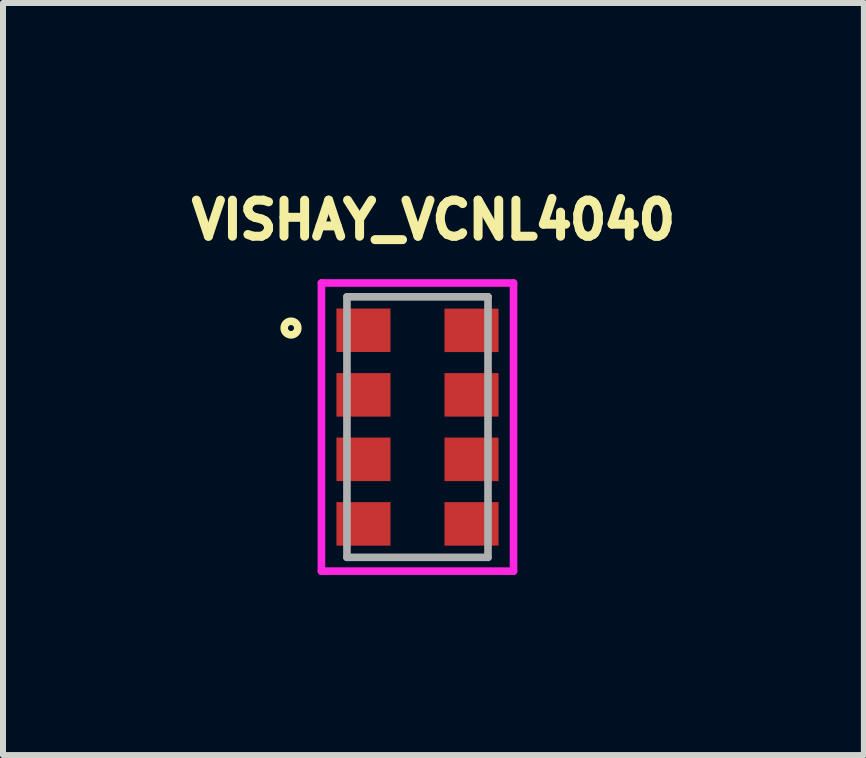
<source format=kicad_pcb>
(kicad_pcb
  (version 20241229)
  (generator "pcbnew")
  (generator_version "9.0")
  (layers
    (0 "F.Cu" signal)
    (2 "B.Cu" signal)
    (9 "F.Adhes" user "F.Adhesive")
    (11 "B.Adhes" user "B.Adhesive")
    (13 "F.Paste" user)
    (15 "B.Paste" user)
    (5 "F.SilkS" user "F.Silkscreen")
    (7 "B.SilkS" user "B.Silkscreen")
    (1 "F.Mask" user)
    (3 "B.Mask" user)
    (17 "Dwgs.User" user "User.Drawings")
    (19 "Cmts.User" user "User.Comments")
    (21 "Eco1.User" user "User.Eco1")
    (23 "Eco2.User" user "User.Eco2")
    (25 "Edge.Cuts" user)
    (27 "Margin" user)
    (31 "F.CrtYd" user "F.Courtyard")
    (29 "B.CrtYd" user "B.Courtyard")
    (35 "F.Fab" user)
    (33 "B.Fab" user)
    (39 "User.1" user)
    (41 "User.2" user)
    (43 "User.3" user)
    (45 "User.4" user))
  (footprint "VISHAY_VCNL4040"
    (layer "F.Cu")
    (at 3.905 4.065)
    (property "Reference" "VISHAY_VCNL4040" (at 0.266 -3.45 0) (layer "F.SilkS") (effects (font (size 0.601 0.601) (thickness 0.15))))
    (attr smd)
    (fp_circle (center -2.107 -1.65) (end -2.057 -1.65) (stroke (width 0.127) (type solid)) (fill no) (layer "F.SilkS"))
    (fp_line (start -1.6 -2.4) (end 1.6 -2.4) (stroke (width 0.127) (type solid)) (layer "F.CrtYd"))
    (fp_line (start -1.6 2.4) (end -1.6 -2.4) (stroke (width 0.127) (type solid)) (layer "F.CrtYd"))
    (fp_line (start 1.6 -2.4) (end 1.6 2.4) (stroke (width 0.127) (type solid)) (layer "F.CrtYd"))
    (fp_line (start 1.6 2.4) (end -1.6 2.4) (stroke (width 0.127) (type solid)) (layer "F.CrtYd"))
    (fp_line (start -1.175 -2.17) (end 1.175 -2.17) (stroke (width 0.127) (type solid)) (layer "F.Fab"))
    (fp_line (start -1.175 2.17) (end -1.175 -2.17) (stroke (width 0.127) (type solid)) (layer "F.Fab"))
    (fp_line (start 1.175 -2.17) (end 1.175 2.17) (stroke (width 0.127) (type solid)) (layer "F.Fab"))
    (fp_line (start 1.175 2.17) (end -1.175 2.17) (stroke (width 0.127) (type solid)) (layer "F.Fab"))
    (pad "1" smd rect (at -0.9 -1.613) (size 0.9 0.725) (layers "F.Cu" "F.Mask" "F.Paste"))
    (pad "2" smd rect (at -0.9 -0.537) (size 0.9 0.725) (layers "F.Cu" "F.Mask" "F.Paste"))
    (pad "3" smd rect (at -0.9 0.537) (size 0.9 0.725) (layers "F.Cu" "F.Mask" "F.Paste"))
    (pad "4" smd rect (at -0.9 1.613) (size 0.9 0.725) (layers "F.Cu" "F.Mask" "F.Paste"))
    (pad "5" smd rect (at 0.9 1.613) (size 0.9 0.725) (layers "F.Cu" "F.Mask" "F.Paste"))
    (pad "6" smd rect (at 0.9 0.537) (size 0.9 0.725) (layers "F.Cu" "F.Mask" "F.Paste"))
    (pad "7" smd rect (at 0.9 -0.537) (size 0.9 0.725) (layers "F.Cu" "F.Mask" "F.Paste"))
    (pad "8" smd rect (at 0.9 -1.612) (size 0.9 0.725) (layers "F.Cu" "F.Mask" "F.Paste")))
  (gr_rect
    (start -3 -3)
    (end 11.342 9.529)
    (stroke (width 0.1) (type default))
    (fill no)
    (layer "Edge.Cuts")))
</source>
